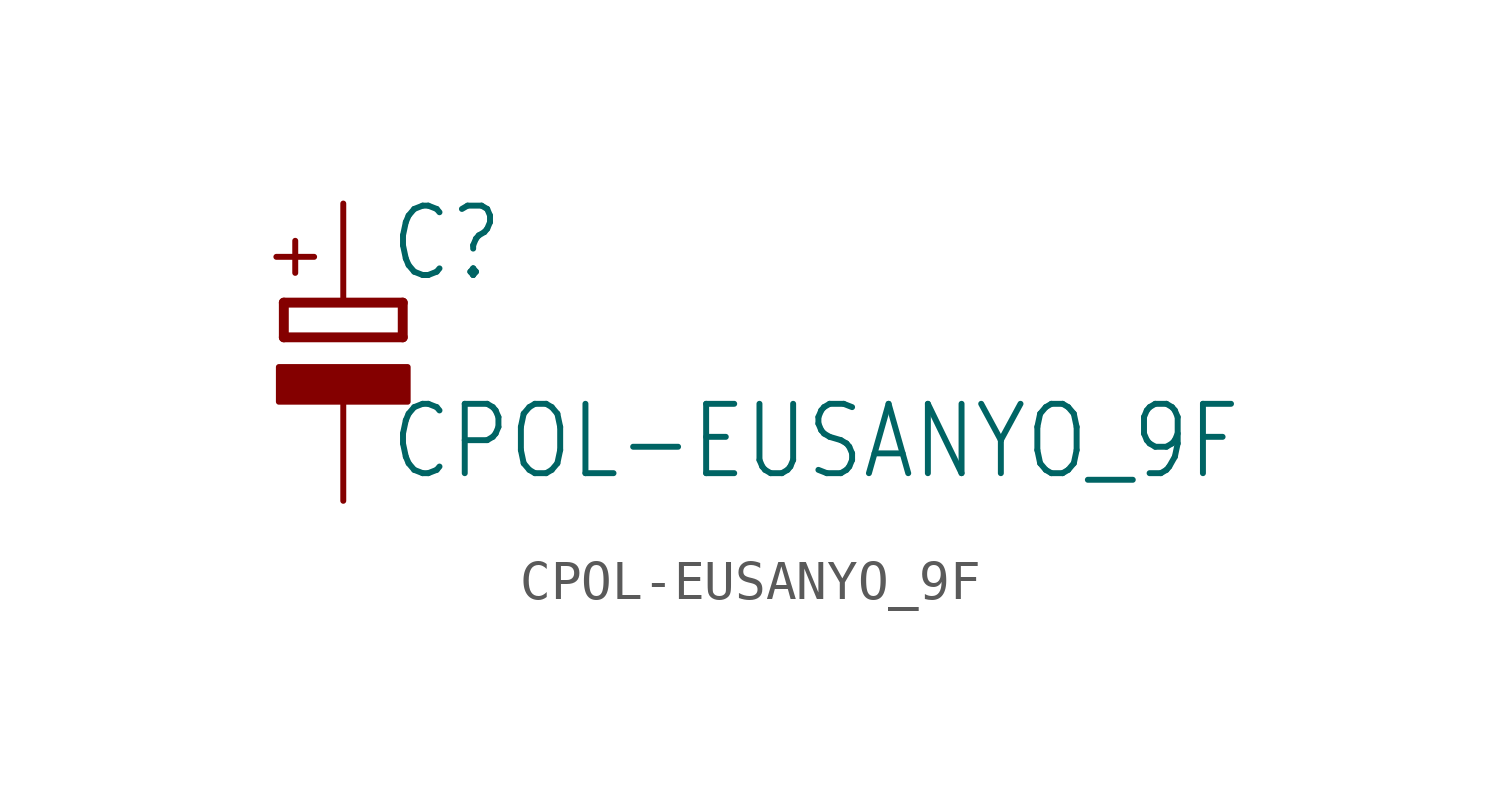
<source format=kicad_sym>
(kicad_symbol_lib
  (version 20210619)
  (generator kicad_symbol_editor)
  (symbol "CPOL-EUSANYO_9F"
    (property "Reference" "C"
      (at 1.143 0.483 0)
      (effects (font (size 1.778 1.511)) (justify left bottom)))
    (property "Value" "CPOL-EUSANYO_9F"
      (at 1.143 -4.597 0)
      (effects (font (size 1.778 1.511)) (justify left bottom)))
    (property "ki_locked" ""
      (at 0 0 0)
      (effects (font (size 1.27 1.27))))
    (symbol "CPOL-EUSANYO_9F_1_0"
      (text "+" (at -0.584 0.406 900) (effects (font (size 1.27 1.079)) (justify left bottom)))
      (rectangle (start -1.651 -2.54) (end 1.651 -1.651) (stroke (width 0)) (fill (type outline)))
      (polyline (pts (xy -1.524 -0.889) (xy 1.524 -0.889)) (stroke (width 0.254)) (fill (type none)))
      (polyline (pts (xy -1.524 0) (xy -1.524 -0.889)) (stroke (width 0.254)) (fill (type none)))
      (polyline (pts (xy -1.524 0) (xy 1.524 0)) (stroke (width 0.254)) (fill (type none)))
      (polyline (pts (xy 1.524 -0.889) (xy 1.524 0)) (stroke (width 0.254)) (fill (type none)))
      (pin passive line (at 0 2.54 270) (length 2.54) (name "+" (effects (font (size 0 0)))) (number "+" (effects (font (size 0 0)))))
      (pin passive line (at 0 -5.08 90) (length 2.54) (name "-" (effects (font (size 0 0)))) (number "-" (effects (font (size 0 0))))))))
</source>
